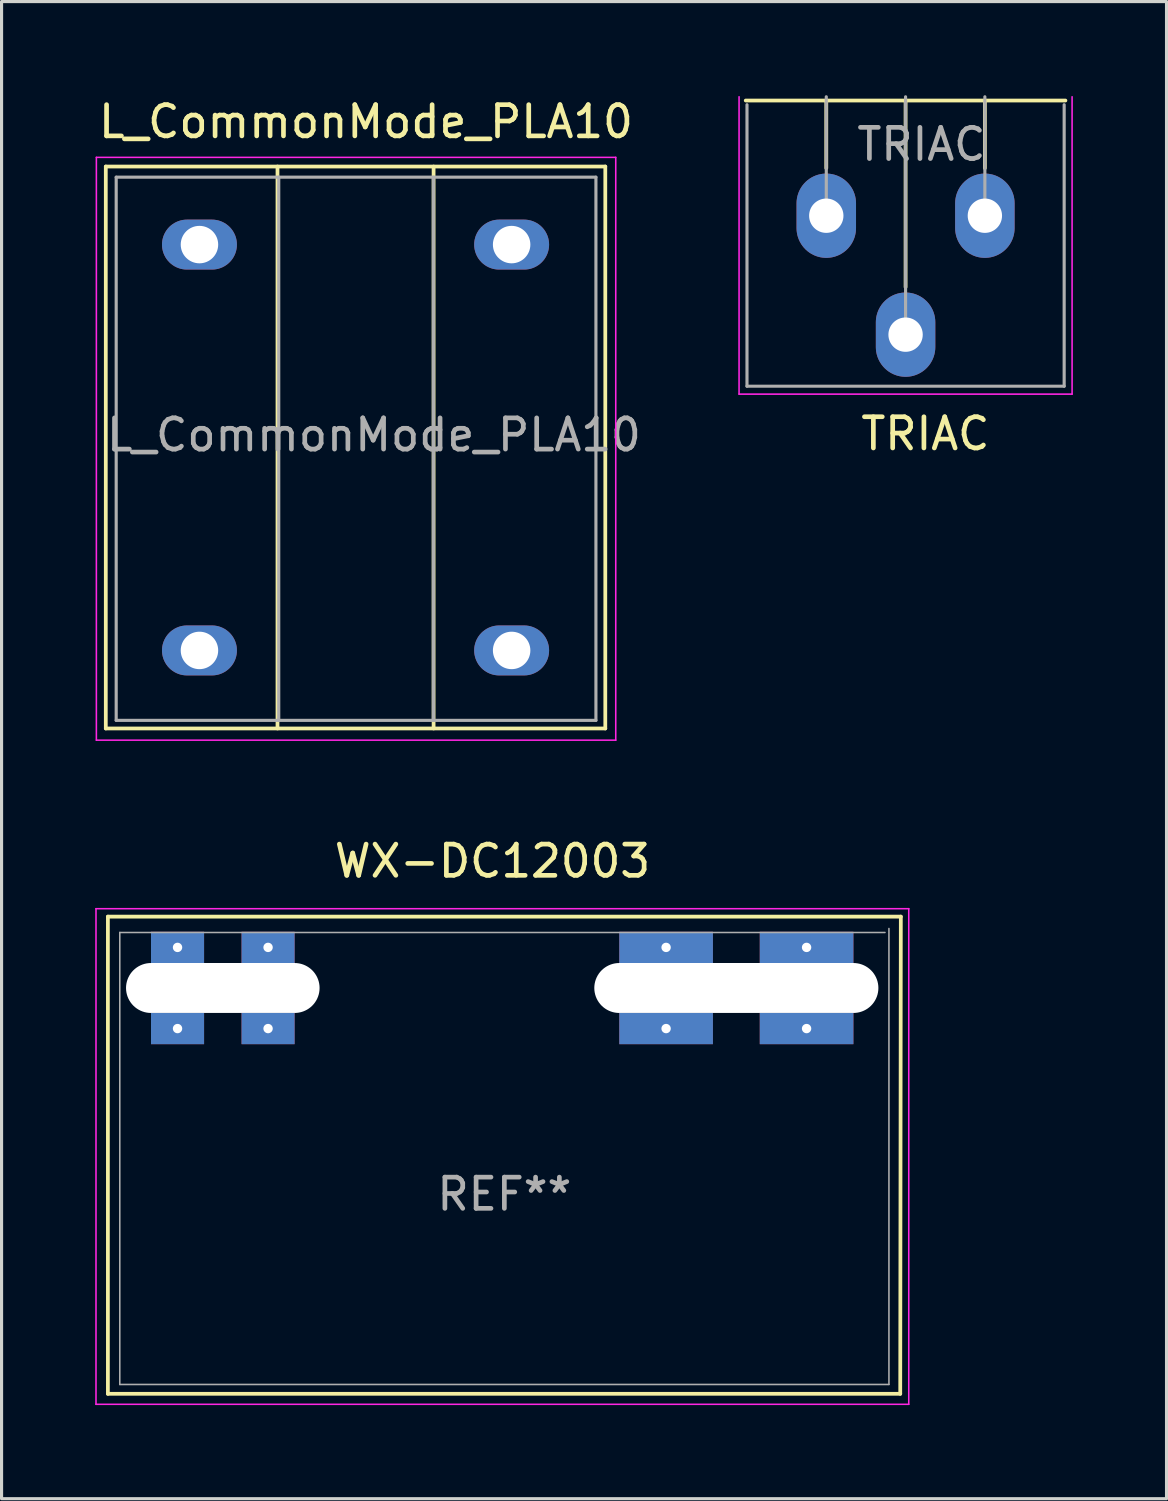
<source format=kicad_pcb>
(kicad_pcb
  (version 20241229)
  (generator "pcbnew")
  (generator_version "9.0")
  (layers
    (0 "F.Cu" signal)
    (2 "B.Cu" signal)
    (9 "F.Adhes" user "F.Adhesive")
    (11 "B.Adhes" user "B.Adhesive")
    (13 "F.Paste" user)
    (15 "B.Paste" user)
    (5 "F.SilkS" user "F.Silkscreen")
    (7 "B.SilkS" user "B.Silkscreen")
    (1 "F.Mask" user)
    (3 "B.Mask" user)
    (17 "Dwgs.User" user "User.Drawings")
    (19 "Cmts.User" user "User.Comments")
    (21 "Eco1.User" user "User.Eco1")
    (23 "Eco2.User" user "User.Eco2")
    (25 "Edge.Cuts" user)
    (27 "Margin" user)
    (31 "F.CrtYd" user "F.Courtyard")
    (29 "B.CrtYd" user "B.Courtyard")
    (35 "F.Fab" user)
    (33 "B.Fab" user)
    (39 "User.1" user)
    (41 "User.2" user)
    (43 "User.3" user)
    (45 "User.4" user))
  (footprint "WX-DC12003"
    (layer "F.Cu")
    (at 0.787 28.598)
    (property "Reference" "WX-DC12003" (at 11.938 -4.064 0) (layer "F.SilkS") (effects (font (size 1 1) (thickness 0.15))))
    (attr through_hole)
    (fp_line (start -0.381 -2.286) (end -0.381 13) (stroke (width 0.12) (type solid)) (layer "F.SilkS"))
    (fp_line (start -0.381 -2.286) (end 25.019 -2.286) (stroke (width 0.12) (type solid)) (layer "F.SilkS"))
    (fp_line (start -0.381 13) (end 25 13) (stroke (width 0.12) (type solid)) (layer "F.SilkS"))
    (fp_line (start 25.019 -2.286) (end 25 13) (stroke (width 0.12) (type solid)) (layer "F.SilkS"))
    (fp_line (start -0.762 -2.54) (end 25.273 -2.54) (stroke (width 0.05) (type solid)) (layer "F.CrtYd"))
    (fp_line (start -0.762 13.335) (end -0.762 -2.54) (stroke (width 0.05) (type solid)) (layer "F.CrtYd"))
    (fp_line (start 25.273 -2.54) (end 25.273 13.335) (stroke (width 0.05) (type solid)) (layer "F.CrtYd"))
    (fp_line (start 25.273 13.335) (end -0.762 13.335) (stroke (width 0.05) (type solid)) (layer "F.CrtYd"))
    (fp_line (start 0 -1.778) (end 24.511 -1.778) (stroke (width 0.05) (type solid)) (layer "F.Fab"))
    (fp_line (start 0 12.7) (end 0 -1.778) (stroke (width 0.05) (type solid)) (layer "F.Fab"))
    (fp_line (start 24.638 -1.905) (end 24.638 12.7) (stroke (width 0.05) (type solid)) (layer "F.Fab"))
    (fp_line (start 24.638 12.7) (end 0 12.7) (stroke (width 0.05) (type solid)) (layer "F.Fab"))
    (fp_text user "REF**" (at 12.319 6.604 0) (layer "F.Fab") (effects (font (size 1 1) (thickness 0.15))))
    (pad "" np_thru_hole oval (at 3.3 0 90) (size 1.6 6.2) (drill oval 1.6 6.2) (layers "*.Cu" "*.Mask"))
    (pad "" np_thru_hole oval (at 19.75 0 90) (size 1.6 9.1) (drill oval 1.6 9.1) (layers "*.Cu" "*.Mask"))
    (pad "1" thru_hole trapezoid (at 1.85 -1.3) (size 1.7 1) (drill 0.3) (layers "*.Cu" "*.Mask"))
    (pad "1" thru_hole trapezoid (at 1.85 1.3) (size 1.7 1) (drill 0.3) (layers "*.Cu" "*.Mask"))
    (pad "2" thru_hole trapezoid (at 4.75 -1.3) (size 1.7 1) (drill 0.3) (layers "*.Cu" "*.Mask"))
    (pad "2" thru_hole trapezoid (at 4.75 1.3) (size 1.7 1) (drill 0.3) (layers "*.Cu" "*.Mask"))
    (pad "3" thru_hole trapezoid (at 17.5 -1.3) (size 3 1) (drill 0.3) (layers "*.Cu" "*.Mask"))
    (pad "3" thru_hole trapezoid (at 17.5 1.3) (size 3 1) (drill 0.3) (layers "*.Cu" "*.Mask"))
    (pad "4" thru_hole trapezoid (at 22 -1.3) (size 3 1) (drill 0.3) (layers "*.Cu" "*.Mask"))
    (pad "4" thru_hole trapezoid (at 22 1.3) (size 3 1) (drill 0.3) (layers "*.Cu" "*.Mask")))
  (footprint "L_CommonMode_PLA10"
    (layer "F.Cu")
    (at 3.339 4.785)
    (property "Reference" "L_CommonMode_PLA10" (at 5.334 -3.937 0) (layer "F.SilkS") (effects (font (size 1 1) (thickness 0.15))))
    (attr through_hole)
    (fp_line (start -3 -2.5) (end 13 -2.5) (stroke (width 0.12) (type solid)) (layer "F.SilkS"))
    (fp_line (start -3 15.5) (end -3 -2.5) (stroke (width 0.12) (type solid)) (layer "F.SilkS"))
    (fp_line (start -3 15.5) (end 13 15.5) (stroke (width 0.12) (type solid)) (layer "F.SilkS"))
    (fp_line (start 2.5 15.5) (end 2.5 -2.5) (stroke (width 0.12) (type solid)) (layer "F.SilkS"))
    (fp_line (start 7.5 15.5) (end 7.5 -2.5) (stroke (width 0.12) (type solid)) (layer "F.SilkS"))
    (fp_line (start 13 -2.5) (end 13 15.5) (stroke (width 0.12) (type solid)) (layer "F.SilkS"))
    (fp_line (start -3.302 -2.794) (end 13.335 -2.794) (stroke (width 0.05) (type solid)) (layer "F.CrtYd"))
    (fp_line (start -3.302 15.875) (end -3.302 -2.794) (stroke (width 0.05) (type solid)) (layer "F.CrtYd"))
    (fp_line (start 13.335 -2.794) (end 13.335 15.875) (stroke (width 0.05) (type solid)) (layer "F.CrtYd"))
    (fp_line (start 13.335 15.875) (end -3.302 15.875) (stroke (width 0.05) (type solid)) (layer "F.CrtYd"))
    (fp_line (start -2.667 -2.159) (end -2.667 15.24) (stroke (width 0.1) (type solid)) (layer "F.Fab"))
    (fp_line (start 0 13.5) (end 0 13.25) (stroke (width 0.1) (type solid)) (layer "F.Fab"))
    (fp_line (start 2.54 -2.159) (end 2.54 15.24) (stroke (width 0.1) (type solid)) (layer "F.Fab"))
    (fp_line (start 7.493 -2.159) (end 7.493 15.24) (stroke (width 0.1) (type solid)) (layer "F.Fab"))
    (fp_line (start 12.7 -2.159) (end -2.667 -2.159) (stroke (width 0.1) (type solid)) (layer "F.Fab"))
    (fp_line (start 12.7 15.24) (end -2.667 15.24) (stroke (width 0.1) (type solid)) (layer "F.Fab"))
    (fp_line (start 12.7 15.24) (end 12.7 -2.159) (stroke (width 0.1) (type solid)) (layer "F.Fab"))
    (fp_text user "${REFERENCE}" (at 5.588 6.096 0) (layer "F.Fab") (effects (font (size 1 1) (thickness 0.15))))
    (pad "1" thru_hole oval (at 0 0) (size 2.4 1.6) (drill 1.2) (layers "*.Cu" "*.Mask"))
    (pad "2" thru_hole oval (at 10 0) (size 2.4 1.6) (drill 1.2) (layers "*.Cu" "*.Mask"))
    (pad "3" thru_hole oval (at 10 13) (size 2.4 1.6) (drill 1.2) (layers "*.Cu" "*.Mask"))
    (pad "4" thru_hole oval (at 0 13) (size 2.4 1.6) (drill 1.2) (layers "*.Cu" "*.Mask")))
  (footprint "TRIAC"
    (layer "F.Cu")
    (at 23.418 3.86)
    (property "Reference" "TRIAC" (at 3.175 6.985 0) (layer "F.SilkS") (effects (font (size 1 1) (thickness 0.15))))
    (attr through_hole)
    (fp_line (start -2.58 -3.69) (end 7.66 -3.69) (stroke (width 0.12) (type solid)) (layer "F.SilkS"))
    (fp_line (start 0 -3.69) (end 0 -1.524) (stroke (width 0.12) (type solid)) (layer "F.SilkS"))
    (fp_line (start 2.54 -3.69) (end 2.54 2.286) (stroke (width 0.12) (type solid)) (layer "F.SilkS"))
    (fp_line (start 5.08 -3.69) (end 5.08 -1.524) (stroke (width 0.12) (type solid)) (layer "F.SilkS"))
    (fp_line (start -2.794 -3.81) (end -2.794 5.715) (stroke (width 0.05) (type solid)) (layer "F.CrtYd"))
    (fp_line (start -2.794 5.715) (end 7.874 5.715) (stroke (width 0.05) (type solid)) (layer "F.CrtYd"))
    (fp_line (start 7.874 5.715) (end 7.874 -3.81) (stroke (width 0.05) (type solid)) (layer "F.CrtYd"))
    (fp_line (start -2.54 5.461) (end -2.54 -3.556) (stroke (width 0.1) (type solid)) (layer "F.Fab"))
    (fp_line (start 0 -3.81) (end 0 0) (stroke (width 0.1) (type solid)) (layer "F.Fab"))
    (fp_line (start 2.54 -3.81) (end 2.54 3.81) (stroke (width 0.1) (type solid)) (layer "F.Fab"))
    (fp_line (start 5.08 -3.81) (end 5.08 0) (stroke (width 0.1) (type solid)) (layer "F.Fab"))
    (fp_line (start 7.62 -3.556) (end 7.62 5.461) (stroke (width 0.1) (type solid)) (layer "F.Fab"))
    (fp_line (start 7.62 5.461) (end -2.54 5.461) (stroke (width 0.1) (type solid)) (layer "F.Fab"))
    (fp_text user "${REFERENCE}" (at 3.048 -2.286 0) (layer "F.Fab") (effects (font (size 1 1) (thickness 0.15))))
    (pad "1" thru_hole oval (at 0 0) (size 1.905 2.7) (drill 1.1) (layers "*.Cu" "*.Mask"))
    (pad "2" thru_hole oval (at 2.54 3.81) (size 1.905 2.7) (drill 1.1) (layers "*.Cu" "*.Mask"))
    (pad "3" thru_hole oval (at 5.08 0) (size 1.905 2.7) (drill 1.1) (layers "*.Cu" "*.Mask")))
  (gr_rect
    (start -3 -3)
    (end 34.317 44.958)
    (stroke (width 0.1) (type default))
    (fill no)
    (layer "Edge.Cuts")))
</source>
